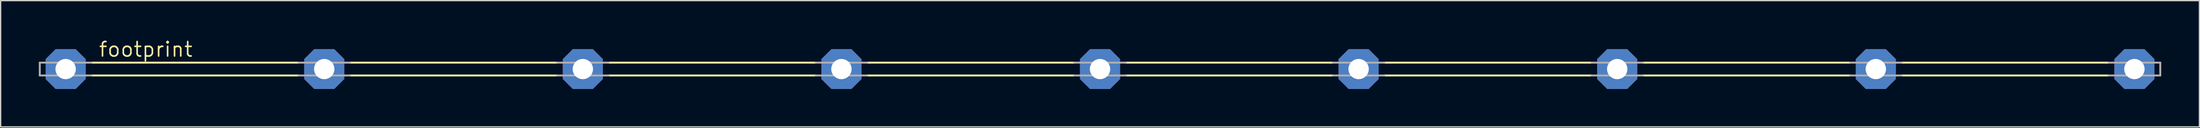
<source format=kicad_pcb>
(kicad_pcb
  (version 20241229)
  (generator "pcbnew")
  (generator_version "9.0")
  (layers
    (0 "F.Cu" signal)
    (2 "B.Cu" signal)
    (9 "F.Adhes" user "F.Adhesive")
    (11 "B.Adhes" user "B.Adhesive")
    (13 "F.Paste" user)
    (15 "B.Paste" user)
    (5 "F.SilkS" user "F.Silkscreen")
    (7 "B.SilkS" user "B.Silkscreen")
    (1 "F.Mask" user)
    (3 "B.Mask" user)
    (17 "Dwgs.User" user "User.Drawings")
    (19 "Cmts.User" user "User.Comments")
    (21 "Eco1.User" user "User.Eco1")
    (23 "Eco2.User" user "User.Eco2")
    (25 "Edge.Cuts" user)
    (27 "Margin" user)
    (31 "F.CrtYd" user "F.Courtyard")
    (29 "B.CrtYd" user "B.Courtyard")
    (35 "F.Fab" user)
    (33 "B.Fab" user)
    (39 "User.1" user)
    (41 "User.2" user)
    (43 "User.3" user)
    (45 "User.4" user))
  (footprint "footprint"
    (layer "F.Cu")
    (at 83.388 2.413)
    (property "Reference" "footprint" (at -78.74 -0.889 0) (layer "F.SilkS") (effects (font (size 1.143 1.143) (thickness 0.127)) (justify left bottom)))
    (fp_line (start -79.248 -0.508) (end -62.992 -0.508) (stroke (width 0.152) (type solid)) (layer "F.SilkS"))
    (fp_line (start -79.248 0.508) (end -62.992 0.508) (stroke (width 0.152) (type solid)) (layer "F.SilkS"))
    (fp_line (start -58.928 -0.508) (end -42.672 -0.508) (stroke (width 0.152) (type solid)) (layer "F.SilkS"))
    (fp_line (start -58.928 0.508) (end -42.672 0.508) (stroke (width 0.152) (type solid)) (layer "F.SilkS"))
    (fp_line (start -38.608 -0.508) (end -22.352 -0.508) (stroke (width 0.152) (type solid)) (layer "F.SilkS"))
    (fp_line (start -38.608 0.508) (end -22.352 0.508) (stroke (width 0.152) (type solid)) (layer "F.SilkS"))
    (fp_line (start -18.288 -0.508) (end -2.032 -0.508) (stroke (width 0.152) (type solid)) (layer "F.SilkS"))
    (fp_line (start -18.288 0.508) (end -2.032 0.508) (stroke (width 0.152) (type solid)) (layer "F.SilkS"))
    (fp_line (start 2.032 -0.508) (end 18.288 -0.508) (stroke (width 0.152) (type solid)) (layer "F.SilkS"))
    (fp_line (start 2.032 0.508) (end 18.288 0.508) (stroke (width 0.152) (type solid)) (layer "F.SilkS"))
    (fp_line (start 22.352 -0.508) (end 38.608 -0.508) (stroke (width 0.152) (type solid)) (layer "F.SilkS"))
    (fp_line (start 22.352 0.508) (end 38.608 0.508) (stroke (width 0.152) (type solid)) (layer "F.SilkS"))
    (fp_line (start 42.672 -0.508) (end 58.928 -0.508) (stroke (width 0.152) (type solid)) (layer "F.SilkS"))
    (fp_line (start 42.672 0.508) (end 58.928 0.508) (stroke (width 0.152) (type solid)) (layer "F.SilkS"))
    (fp_line (start 62.992 -0.508) (end 79.248 -0.508) (stroke (width 0.152) (type solid)) (layer "F.SilkS"))
    (fp_line (start 62.992 0.508) (end 79.248 0.508) (stroke (width 0.152) (type solid)) (layer "F.SilkS"))
    (fp_line (start -83.312 -0.508) (end -83.312 0.508) (stroke (width 0.152) (type solid)) (layer "F.Fab"))
    (fp_line (start -83.312 0.508) (end -79.248 0.508) (stroke (width 0.152) (type solid)) (layer "F.Fab"))
    (fp_line (start -79.248 -0.508) (end -83.312 -0.508) (stroke (width 0.152) (type solid)) (layer "F.Fab"))
    (fp_line (start -62.992 0.508) (end -58.928 0.508) (stroke (width 0.152) (type solid)) (layer "F.Fab"))
    (fp_line (start -58.928 -0.508) (end -62.992 -0.508) (stroke (width 0.152) (type solid)) (layer "F.Fab"))
    (fp_line (start -38.608 -0.508) (end -42.672 -0.508) (stroke (width 0.152) (type solid)) (layer "F.Fab"))
    (fp_line (start -38.608 0.508) (end -42.672 0.508) (stroke (width 0.152) (type solid)) (layer "F.Fab"))
    (fp_line (start -22.352 0.508) (end -18.288 0.508) (stroke (width 0.152) (type solid)) (layer "F.Fab"))
    (fp_line (start -18.288 -0.508) (end -22.352 -0.508) (stroke (width 0.152) (type solid)) (layer "F.Fab"))
    (fp_line (start -2.032 0.508) (end 2.032 0.508) (stroke (width 0.152) (type solid)) (layer "F.Fab"))
    (fp_line (start 2.032 -0.508) (end -2.032 -0.508) (stroke (width 0.152) (type solid)) (layer "F.Fab"))
    (fp_line (start 22.352 -0.508) (end 18.288 -0.508) (stroke (width 0.152) (type solid)) (layer "F.Fab"))
    (fp_line (start 22.352 0.508) (end 18.288 0.508) (stroke (width 0.152) (type solid)) (layer "F.Fab"))
    (fp_line (start 38.608 0.508) (end 42.672 0.508) (stroke (width 0.152) (type solid)) (layer "F.Fab"))
    (fp_line (start 42.672 -0.508) (end 38.608 -0.508) (stroke (width 0.152) (type solid)) (layer "F.Fab"))
    (fp_line (start 58.928 0.508) (end 62.992 0.508) (stroke (width 0.152) (type solid)) (layer "F.Fab"))
    (fp_line (start 62.992 -0.508) (end 58.928 -0.508) (stroke (width 0.152) (type solid)) (layer "F.Fab"))
    (fp_line (start 83.312 -0.508) (end 79.248 -0.508) (stroke (width 0.152) (type solid)) (layer "F.Fab"))
    (fp_line (start 83.312 -0.508) (end 83.312 0.508) (stroke (width 0.152) (type solid)) (layer "F.Fab"))
    (fp_line (start 83.312 0.508) (end 79.248 0.508) (stroke (width 0.152) (type solid)) (layer "F.Fab"))
    (pad "1" thru_hole roundrect (at -81.28 0) (size 3.15 3.15) (drill 1.6) (layers "*.Cu" "*.Mask") (roundrect_rratio 0.25) (chamfer_ratio 0.25) (chamfer top_left top_right bottom_left bottom_right))
    (pad "2" thru_hole roundrect (at -60.96 0) (size 3.15 3.15) (drill 1.6) (layers "*.Cu" "*.Mask") (roundrect_rratio 0.25) (chamfer_ratio 0.25) (chamfer top_left top_right bottom_left bottom_right))
    (pad "3" thru_hole roundrect (at -40.64 0) (size 3.15 3.15) (drill 1.6) (layers "*.Cu" "*.Mask") (roundrect_rratio 0.25) (chamfer_ratio 0.25) (chamfer top_left top_right bottom_left bottom_right))
    (pad "4" thru_hole roundrect (at -20.32 0) (size 3.15 3.15) (drill 1.6) (layers "*.Cu" "*.Mask") (roundrect_rratio 0.25) (chamfer_ratio 0.25) (chamfer top_left top_right bottom_left bottom_right))
    (pad "5" thru_hole roundrect (at 0 0) (size 3.15 3.15) (drill 1.6) (layers "*.Cu" "*.Mask") (roundrect_rratio 0.25) (chamfer_ratio 0.25) (chamfer top_left top_right bottom_left bottom_right))
    (pad "6" thru_hole roundrect (at 20.32 0) (size 3.15 3.15) (drill 1.6) (layers "*.Cu" "*.Mask") (roundrect_rratio 0.25) (chamfer_ratio 0.25) (chamfer top_left top_right bottom_left bottom_right))
    (pad "7" thru_hole roundrect (at 40.64 0) (size 3.15 3.15) (drill 1.6) (layers "*.Cu" "*.Mask") (roundrect_rratio 0.25) (chamfer_ratio 0.25) (chamfer top_left top_right bottom_left bottom_right))
    (pad "8" thru_hole roundrect (at 60.96 0) (size 3.15 3.15) (drill 1.6) (layers "*.Cu" "*.Mask") (roundrect_rratio 0.25) (chamfer_ratio 0.25) (chamfer top_left top_right bottom_left bottom_right))
    (pad "9" thru_hole roundrect (at 81.28 0) (size 3.15 3.15) (drill 1.6) (layers "*.Cu" "*.Mask") (roundrect_rratio 0.25) (chamfer_ratio 0.25) (chamfer top_left top_right bottom_left bottom_right)))
  (gr_rect
    (start -3 -3)
    (end 169.776 6.988)
    (stroke (width 0.1) (type default))
    (fill no)
    (layer "Edge.Cuts")))
</source>
